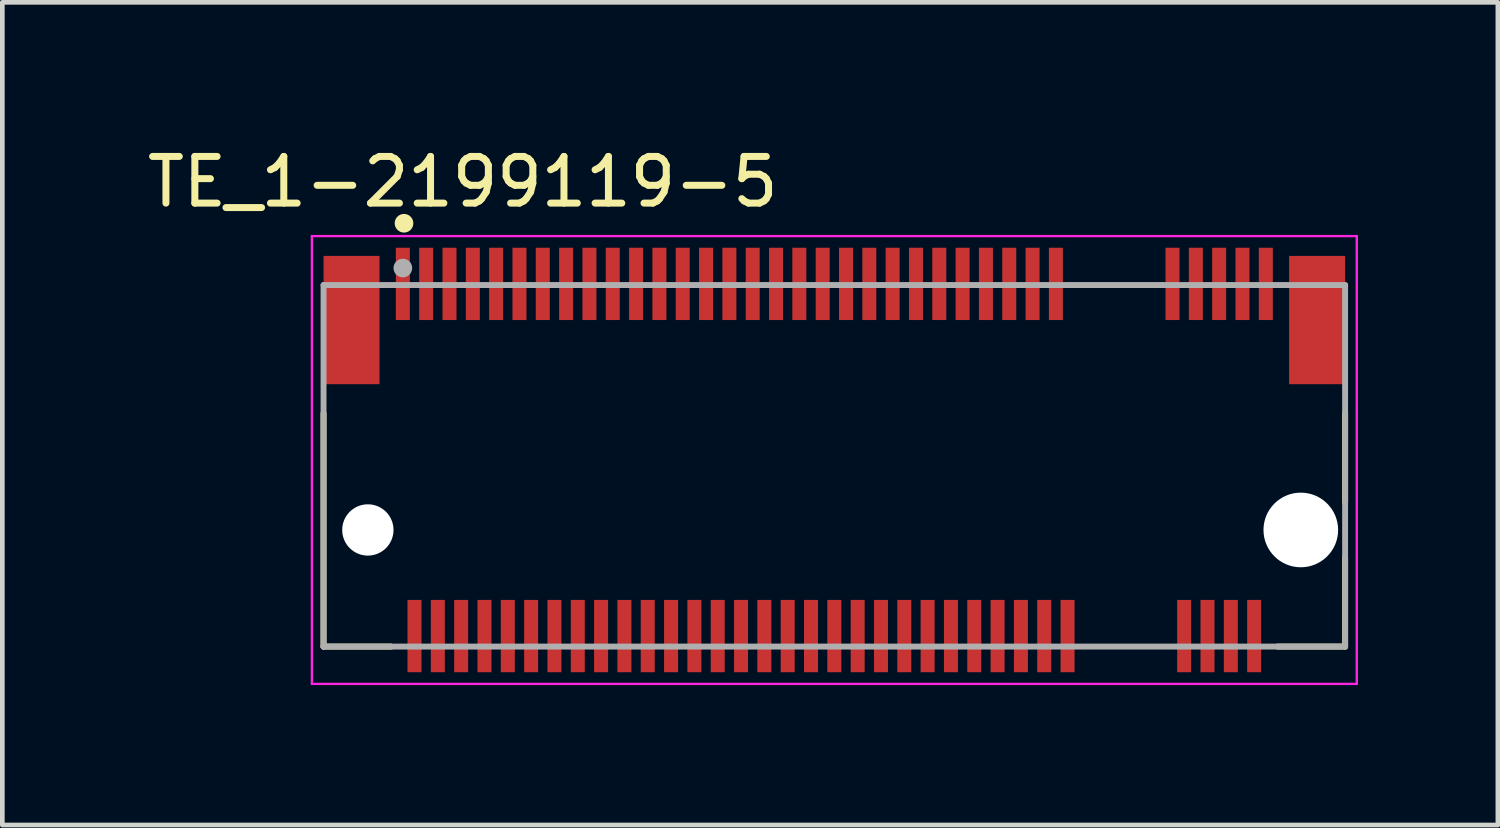
<source format=kicad_pcb>
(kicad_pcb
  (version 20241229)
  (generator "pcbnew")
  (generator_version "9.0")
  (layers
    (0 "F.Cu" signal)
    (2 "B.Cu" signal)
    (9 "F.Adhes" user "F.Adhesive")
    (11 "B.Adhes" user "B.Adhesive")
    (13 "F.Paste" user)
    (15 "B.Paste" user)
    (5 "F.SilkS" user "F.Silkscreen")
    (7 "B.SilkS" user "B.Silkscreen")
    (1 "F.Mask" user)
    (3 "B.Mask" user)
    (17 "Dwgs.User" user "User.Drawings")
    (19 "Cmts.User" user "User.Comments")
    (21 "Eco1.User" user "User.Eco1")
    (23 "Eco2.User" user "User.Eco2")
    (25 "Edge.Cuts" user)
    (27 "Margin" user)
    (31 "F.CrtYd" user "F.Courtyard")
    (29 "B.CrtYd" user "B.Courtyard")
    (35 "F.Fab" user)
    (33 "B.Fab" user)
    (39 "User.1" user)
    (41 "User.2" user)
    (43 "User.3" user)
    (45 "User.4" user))
  (footprint "TE_1-2199119-5"
    (layer "F.Cu")
    (at 14.836 6.811)
    (property "Reference" "TE_1-2199119-5" (at -7.965 -5.962 0) (layer "F.SilkS") (effects (font (size 1.001 1.001) (thickness 0.15))))
    (attr smd)
    (fp_line (start -10.95 -1) (end -10.95 4) (stroke (width 0.127) (type solid)) (layer "F.SilkS"))
    (fp_line (start -10.95 4) (end -9.5 4) (stroke (width 0.127) (type solid)) (layer "F.SilkS"))
    (fp_line (start 9.5 4) (end 10.95 4) (stroke (width 0.127) (type solid)) (layer "F.SilkS"))
    (fp_line (start 10.95 0.9) (end 10.95 -1) (stroke (width 0.127) (type solid)) (layer "F.SilkS"))
    (fp_line (start 10.95 4) (end 10.95 2.1) (stroke (width 0.127) (type solid)) (layer "F.SilkS"))
    (fp_circle (center -9.225 -5.075) (end -9.125 -5.075) (stroke (width 0.2) (type solid)) (fill no) (layer "F.SilkS"))
    (fp_line (start -11.2 -4.8) (end 11.2 -4.8) (stroke (width 0.05) (type solid)) (layer "F.CrtYd"))
    (fp_line (start -11.2 4.8) (end -11.2 -4.8) (stroke (width 0.05) (type solid)) (layer "F.CrtYd"))
    (fp_line (start 11.2 -4.8) (end 11.2 4.8) (stroke (width 0.05) (type solid)) (layer "F.CrtYd"))
    (fp_line (start 11.2 4.8) (end -11.2 4.8) (stroke (width 0.05) (type solid)) (layer "F.CrtYd"))
    (fp_line (start -10.95 -3.75) (end 10.95 -3.75) (stroke (width 0.127) (type solid)) (layer "F.Fab"))
    (fp_line (start -10.95 4) (end -10.95 -3.75) (stroke (width 0.127) (type solid)) (layer "F.Fab"))
    (fp_line (start 10.95 -3.75) (end 10.95 4) (stroke (width 0.127) (type solid)) (layer "F.Fab"))
    (fp_line (start 10.95 4) (end -10.95 4) (stroke (width 0.127) (type solid)) (layer "F.Fab"))
    (fp_circle (center -9.25 -4.115) (end -9.15 -4.115) (stroke (width 0.2) (type solid)) (fill no) (layer "F.Fab"))
    (pad "" np_thru_hole circle (at -10 1.5) (size 1.1 1.1) (drill 1.1) (layers "*.Cu" "*.Mask"))
    (pad "" np_thru_hole circle (at 10 1.5) (size 1.6 1.6) (drill 1.6) (layers "*.Cu" "*.Mask"))
    (pad "1" smd rect (at -9.25 -3.775) (size 0.3 1.55) (layers "F.Cu" "F.Mask" "F.Paste"))
    (pad "2" smd rect (at -9 3.775) (size 0.3 1.55) (layers "F.Cu" "F.Mask" "F.Paste"))
    (pad "3" smd rect (at -8.75 -3.775) (size 0.3 1.55) (layers "F.Cu" "F.Mask" "F.Paste"))
    (pad "4" smd rect (at -8.5 3.775) (size 0.3 1.55) (layers "F.Cu" "F.Mask" "F.Paste"))
    (pad "5" smd rect (at -8.25 -3.775) (size 0.3 1.55) (layers "F.Cu" "F.Mask" "F.Paste"))
    (pad "6" smd rect (at -8 3.775) (size 0.3 1.55) (layers "F.Cu" "F.Mask" "F.Paste"))
    (pad "7" smd rect (at -7.75 -3.775) (size 0.3 1.55) (layers "F.Cu" "F.Mask" "F.Paste"))
    (pad "8" smd rect (at -7.5 3.775) (size 0.3 1.55) (layers "F.Cu" "F.Mask" "F.Paste"))
    (pad "9" smd rect (at -7.25 -3.775) (size 0.3 1.55) (layers "F.Cu" "F.Mask" "F.Paste"))
    (pad "10" smd rect (at -7 3.775) (size 0.3 1.55) (layers "F.Cu" "F.Mask" "F.Paste"))
    (pad "11" smd rect (at -6.75 -3.775) (size 0.3 1.55) (layers "F.Cu" "F.Mask" "F.Paste"))
    (pad "12" smd rect (at -6.5 3.775) (size 0.3 1.55) (layers "F.Cu" "F.Mask" "F.Paste"))
    (pad "13" smd rect (at -6.25 -3.775) (size 0.3 1.55) (layers "F.Cu" "F.Mask" "F.Paste"))
    (pad "14" smd rect (at -6 3.775) (size 0.3 1.55) (layers "F.Cu" "F.Mask" "F.Paste"))
    (pad "15" smd rect (at -5.75 -3.775) (size 0.3 1.55) (layers "F.Cu" "F.Mask" "F.Paste"))
    (pad "16" smd rect (at -5.5 3.775) (size 0.3 1.55) (layers "F.Cu" "F.Mask" "F.Paste"))
    (pad "17" smd rect (at -5.25 -3.775) (size 0.3 1.55) (layers "F.Cu" "F.Mask" "F.Paste"))
    (pad "18" smd rect (at -5 3.775) (size 0.3 1.55) (layers "F.Cu" "F.Mask" "F.Paste"))
    (pad "19" smd rect (at -4.75 -3.775) (size 0.3 1.55) (layers "F.Cu" "F.Mask" "F.Paste"))
    (pad "20" smd rect (at -4.5 3.775) (size 0.3 1.55) (layers "F.Cu" "F.Mask" "F.Paste"))
    (pad "21" smd rect (at -4.25 -3.775) (size 0.3 1.55) (layers "F.Cu" "F.Mask" "F.Paste"))
    (pad "22" smd rect (at -4 3.775) (size 0.3 1.55) (layers "F.Cu" "F.Mask" "F.Paste"))
    (pad "23" smd rect (at -3.75 -3.775) (size 0.3 1.55) (layers "F.Cu" "F.Mask" "F.Paste"))
    (pad "24" smd rect (at -3.5 3.775) (size 0.3 1.55) (layers "F.Cu" "F.Mask" "F.Paste"))
    (pad "25" smd rect (at -3.25 -3.775) (size 0.3 1.55) (layers "F.Cu" "F.Mask" "F.Paste"))
    (pad "26" smd rect (at -3 3.775) (size 0.3 1.55) (layers "F.Cu" "F.Mask" "F.Paste"))
    (pad "27" smd rect (at -2.75 -3.775) (size 0.3 1.55) (layers "F.Cu" "F.Mask" "F.Paste"))
    (pad "28" smd rect (at -2.5 3.775) (size 0.3 1.55) (layers "F.Cu" "F.Mask" "F.Paste"))
    (pad "29" smd rect (at -2.25 -3.775) (size 0.3 1.55) (layers "F.Cu" "F.Mask" "F.Paste"))
    (pad "30" smd rect (at -2 3.775) (size 0.3 1.55) (layers "F.Cu" "F.Mask" "F.Paste"))
    (pad "31" smd rect (at -1.75 -3.775) (size 0.3 1.55) (layers "F.Cu" "F.Mask" "F.Paste"))
    (pad "32" smd rect (at -1.5 3.775) (size 0.3 1.55) (layers "F.Cu" "F.Mask" "F.Paste"))
    (pad "33" smd rect (at -1.25 -3.775) (size 0.3 1.55) (layers "F.Cu" "F.Mask" "F.Paste"))
    (pad "34" smd rect (at -1 3.775) (size 0.3 1.55) (layers "F.Cu" "F.Mask" "F.Paste"))
    (pad "35" smd rect (at -0.75 -3.775) (size 0.3 1.55) (layers "F.Cu" "F.Mask" "F.Paste"))
    (pad "36" smd rect (at -0.5 3.775) (size 0.3 1.55) (layers "F.Cu" "F.Mask" "F.Paste"))
    (pad "37" smd rect (at -0.25 -3.775) (size 0.3 1.55) (layers "F.Cu" "F.Mask" "F.Paste"))
    (pad "38" smd rect (at 0 3.775) (size 0.3 1.55) (layers "F.Cu" "F.Mask" "F.Paste"))
    (pad "39" smd rect (at 0.25 -3.775) (size 0.3 1.55) (layers "F.Cu" "F.Mask" "F.Paste"))
    (pad "40" smd rect (at 0.5 3.775) (size 0.3 1.55) (layers "F.Cu" "F.Mask" "F.Paste"))
    (pad "41" smd rect (at 0.75 -3.775) (size 0.3 1.55) (layers "F.Cu" "F.Mask" "F.Paste"))
    (pad "42" smd rect (at 1 3.775) (size 0.3 1.55) (layers "F.Cu" "F.Mask" "F.Paste"))
    (pad "43" smd rect (at 1.25 -3.775) (size 0.3 1.55) (layers "F.Cu" "F.Mask" "F.Paste"))
    (pad "44" smd rect (at 1.5 3.775) (size 0.3 1.55) (layers "F.Cu" "F.Mask" "F.Paste"))
    (pad "45" smd rect (at 1.75 -3.775) (size 0.3 1.55) (layers "F.Cu" "F.Mask" "F.Paste"))
    (pad "46" smd rect (at 2 3.775) (size 0.3 1.55) (layers "F.Cu" "F.Mask" "F.Paste"))
    (pad "47" smd rect (at 2.25 -3.775) (size 0.3 1.55) (layers "F.Cu" "F.Mask" "F.Paste"))
    (pad "48" smd rect (at 2.5 3.775) (size 0.3 1.55) (layers "F.Cu" "F.Mask" "F.Paste"))
    (pad "49" smd rect (at 2.75 -3.775) (size 0.3 1.55) (layers "F.Cu" "F.Mask" "F.Paste"))
    (pad "50" smd rect (at 3 3.775) (size 0.3 1.55) (layers "F.Cu" "F.Mask" "F.Paste"))
    (pad "51" smd rect (at 3.25 -3.775) (size 0.3 1.55) (layers "F.Cu" "F.Mask" "F.Paste"))
    (pad "52" smd rect (at 3.5 3.775) (size 0.3 1.55) (layers "F.Cu" "F.Mask" "F.Paste"))
    (pad "53" smd rect (at 3.75 -3.775) (size 0.3 1.55) (layers "F.Cu" "F.Mask" "F.Paste"))
    (pad "54" smd rect (at 4 3.775) (size 0.3 1.55) (layers "F.Cu" "F.Mask" "F.Paste"))
    (pad "55" smd rect (at 4.25 -3.775) (size 0.3 1.55) (layers "F.Cu" "F.Mask" "F.Paste"))
    (pad "56" smd rect (at 4.5 3.775) (size 0.3 1.55) (layers "F.Cu" "F.Mask" "F.Paste"))
    (pad "57" smd rect (at 4.75 -3.775) (size 0.3 1.55) (layers "F.Cu" "F.Mask" "F.Paste"))
    (pad "58" smd rect (at 5 3.775) (size 0.3 1.55) (layers "F.Cu" "F.Mask" "F.Paste"))
    (pad "67" smd rect (at 7.25 -3.775) (size 0.3 1.55) (layers "F.Cu" "F.Mask" "F.Paste"))
    (pad "68" smd rect (at 7.5 3.775) (size 0.3 1.55) (layers "F.Cu" "F.Mask" "F.Paste"))
    (pad "69" smd rect (at 7.75 -3.775) (size 0.3 1.55) (layers "F.Cu" "F.Mask" "F.Paste"))
    (pad "70" smd rect (at 8 3.775) (size 0.3 1.55) (layers "F.Cu" "F.Mask" "F.Paste"))
    (pad "71" smd rect (at 8.25 -3.775) (size 0.3 1.55) (layers "F.Cu" "F.Mask" "F.Paste"))
    (pad "72" smd rect (at 8.5 3.775) (size 0.3 1.55) (layers "F.Cu" "F.Mask" "F.Paste"))
    (pad "73" smd rect (at 8.75 -3.775) (size 0.3 1.55) (layers "F.Cu" "F.Mask" "F.Paste"))
    (pad "74" smd rect (at 9 3.775) (size 0.3 1.55) (layers "F.Cu" "F.Mask" "F.Paste"))
    (pad "75" smd rect (at 9.25 -3.775) (size 0.3 1.55) (layers "F.Cu" "F.Mask" "F.Paste"))
    (pad "SH1" smd rect (at -10.35 -3) (size 1.2 2.75) (layers "F.Cu" "F.Mask" "F.Paste"))
    (pad "SH2" smd rect (at 10.35 -3) (size 1.2 2.75) (layers "F.Cu" "F.Mask" "F.Paste")))
  (gr_rect
    (start -3 -3)
    (end 29.061 14.636)
    (stroke (width 0.1) (type default))
    (fill no)
    (layer "Edge.Cuts")))
</source>
